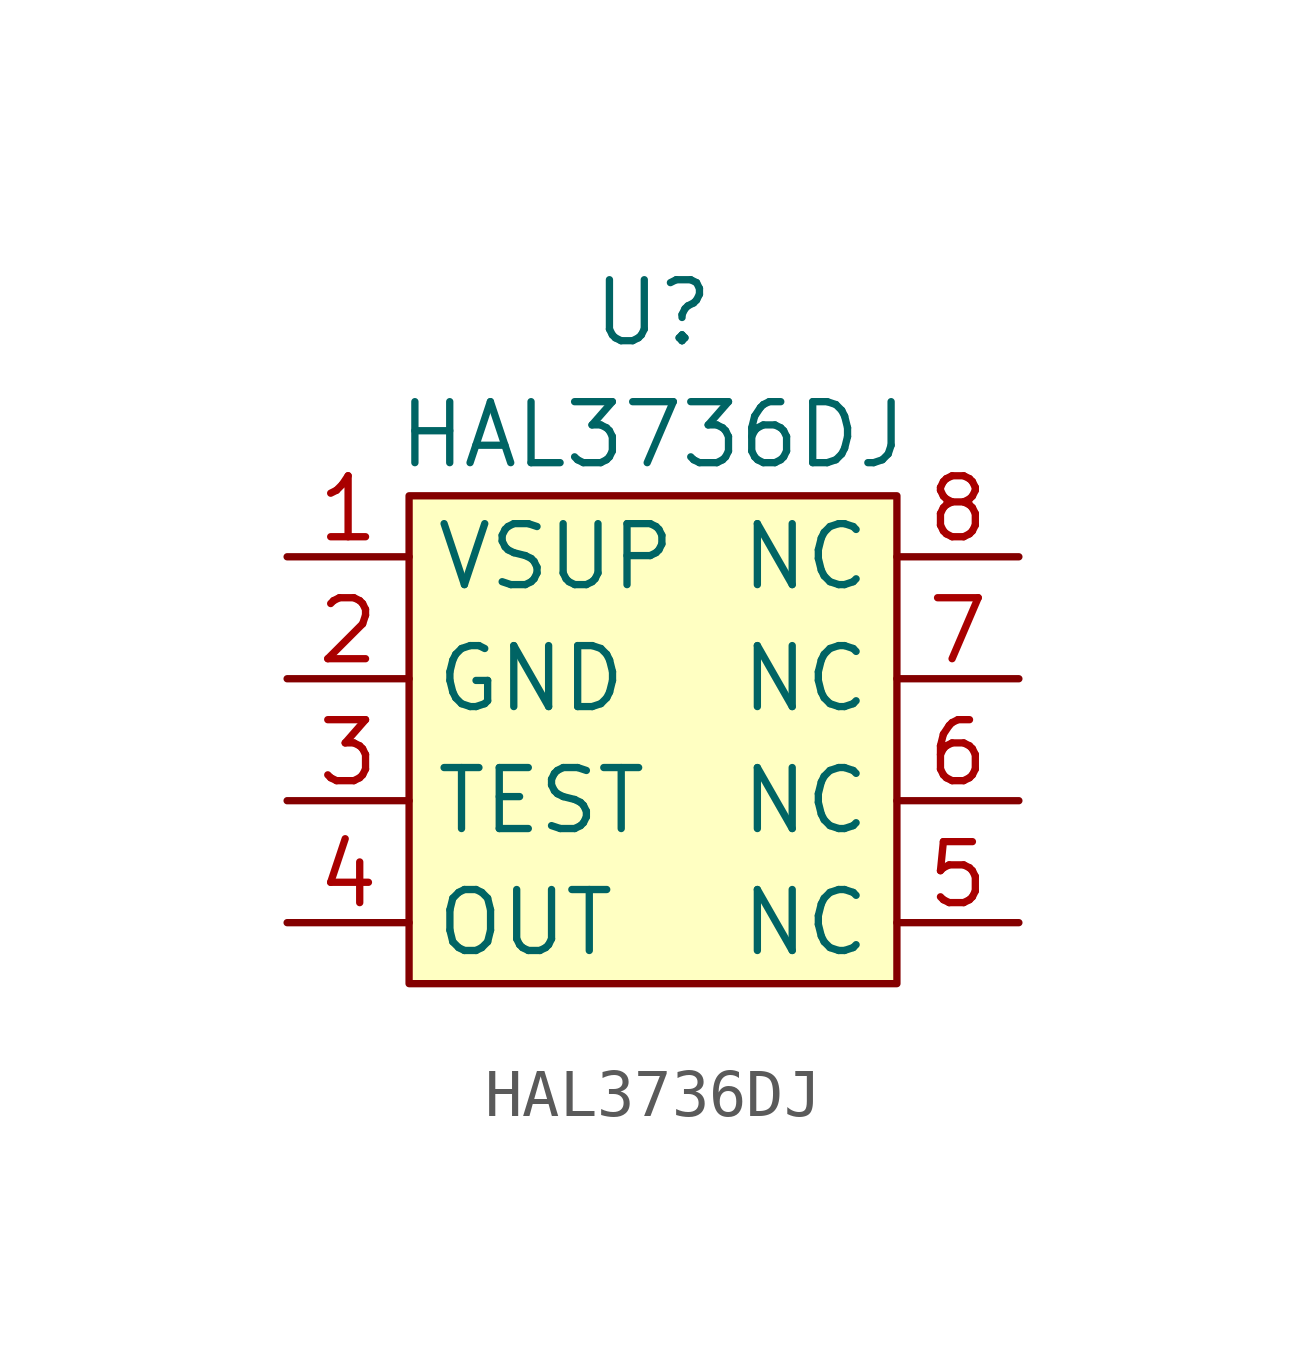
<source format=kicad_sym>
(kicad_symbol_lib
  (version 20211014)
  (generator kicad_symbol_editor)
  (symbol "HAL3736DJ"
    (property "Reference" "U"
      (at 7.62 5.08 0)
      (effects (font (size 1.27 1.27))))
    (property "Value" "HAL3736DJ"
      (at 7.62 2.54 0)
      (effects (font (size 1.27 1.27))))
    (symbol "HAL3736DJ_0_1"
      (rectangle (start 2.54 1.27) (end 12.7 -8.89) (stroke (width 0) (type default) (color 0 0 0 0)) (fill (type background))))
    (symbol "HAL3736DJ_1_1"
      (pin passive line (at 0 0 0) (length 2.54) (name "VSUP" (effects (font (size 1.27 1.27)))) (number "1" (effects (font (size 1.27 1.27)))))
      (pin passive line (at 0 -2.54 0) (length 2.54) (name "GND" (effects (font (size 1.27 1.27)))) (number "2" (effects (font (size 1.27 1.27)))))
      (pin passive line (at 0 -5.08 0) (length 2.54) (name "TEST" (effects (font (size 1.27 1.27)))) (number "3" (effects (font (size 1.27 1.27)))))
      (pin passive line (at 0 -7.62 0) (length 2.54) (name "OUT" (effects (font (size 1.27 1.27)))) (number "4" (effects (font (size 1.27 1.27)))))
      (pin passive line (at 15.24 -7.62 180) (length 2.54) (name "NC" (effects (font (size 1.27 1.27)))) (number "5" (effects (font (size 1.27 1.27)))))
      (pin passive line (at 15.24 -5.08 180) (length 2.54) (name "NC" (effects (font (size 1.27 1.27)))) (number "6" (effects (font (size 1.27 1.27)))))
      (pin passive line (at 15.24 -2.54 180) (length 2.54) (name "NC" (effects (font (size 1.27 1.27)))) (number "7" (effects (font (size 1.27 1.27)))))
      (pin passive line (at 15.24 0 180) (length 2.54) (name "NC" (effects (font (size 1.27 1.27)))) (number "8" (effects (font (size 1.27 1.27))))))))
</source>
